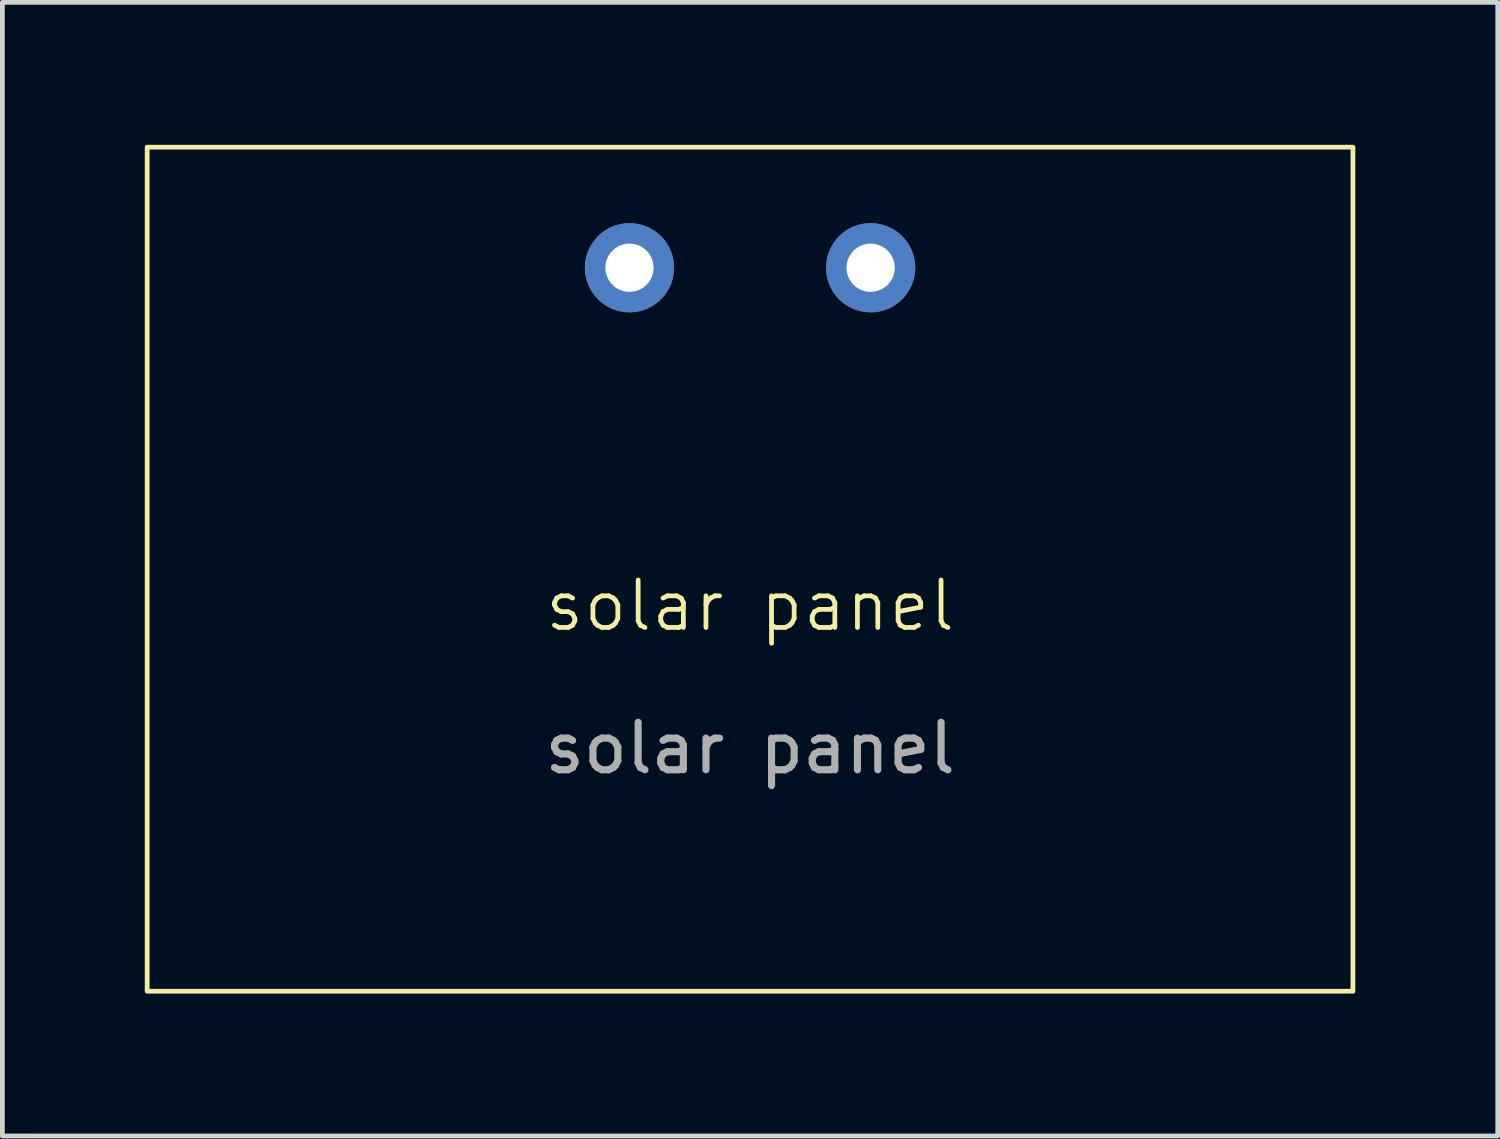
<source format=kicad_pcb>
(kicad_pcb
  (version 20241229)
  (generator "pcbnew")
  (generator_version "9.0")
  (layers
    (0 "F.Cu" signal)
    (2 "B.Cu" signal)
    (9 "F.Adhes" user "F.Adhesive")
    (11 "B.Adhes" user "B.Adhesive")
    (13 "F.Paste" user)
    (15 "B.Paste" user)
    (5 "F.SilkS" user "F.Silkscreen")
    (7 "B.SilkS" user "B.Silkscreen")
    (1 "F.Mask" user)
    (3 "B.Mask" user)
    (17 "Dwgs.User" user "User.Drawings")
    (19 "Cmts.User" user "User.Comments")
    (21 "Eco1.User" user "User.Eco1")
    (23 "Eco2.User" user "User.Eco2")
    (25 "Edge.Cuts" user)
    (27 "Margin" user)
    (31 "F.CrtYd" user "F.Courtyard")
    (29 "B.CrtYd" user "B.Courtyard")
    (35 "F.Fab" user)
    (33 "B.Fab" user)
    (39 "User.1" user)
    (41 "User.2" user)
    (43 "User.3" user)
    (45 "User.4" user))
  (footprint "solar panel"
    (layer "F.Cu")
    (at 12.75 10.21)
    (property "Reference" "solar panel" (at 0 -0.5 0) (unlocked yes) (layer "F.SilkS") (effects (font (size 1 1) (thickness 0.1))))
    (attr through_hole)
    (fp_rect (start -12.7 -10.16) (end 12.7 7.62) (stroke (width 0.1) (type default)) (fill no) (layer "F.SilkS"))
    (fp_text user "${REFERENCE}" (at 0 2.5 0) (unlocked yes) (layer "F.Fab") (effects (font (size 1 1) (thickness 0.15))))
    (pad "1" thru_hole circle (at -2.54 -7.62) (size 1.88 1.88) (drill 1.016) (layers "*.Cu" "*.Mask"))
    (pad "2" thru_hole circle (at 2.54 -7.62) (size 1.88 1.88) (drill 1.016) (layers "*.Cu" "*.Mask")))
  (gr_rect
    (start -3 -3)
    (end 28.5 20.88)
    (stroke (width 0.1) (type default))
    (fill no)
    (layer "Edge.Cuts")))
</source>
